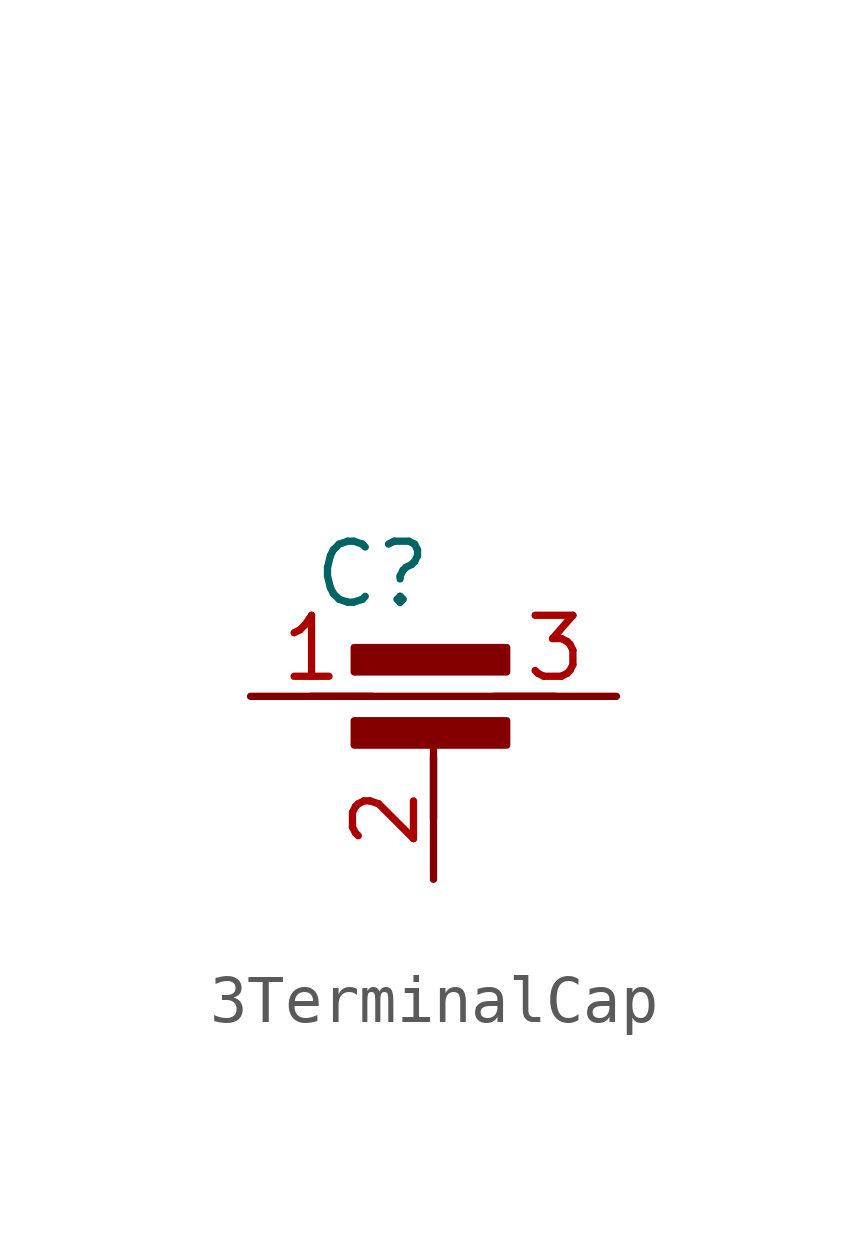
<source format=kicad_sym>
(kicad_symbol_lib
  (version 20220914)
  (generator kicad_symbol_editor)
  (symbol "3TerminalCap"
    (pin_names hide)
    (property "Reference" "C"
      (at -1.27 2.54 0)
      (effects (font (size 1.27 1.27))))
    (property "Value" ""
      (at 0 8.89 0)
      (effects (font (size 1.27 1.27))))
    (symbol "3TerminalCap_0_1"
      (rectangle (start -1.651 -0.508) (end 1.524 -1.016) (stroke (width 0) (type default)) (fill (type outline)))
      (polyline (pts (xy -2.54 0) (xy 2.54 0)) (stroke (width 0) (type default)) (fill (type none)))
      (polyline (pts (xy 0 -2.54) (xy 0 -0.762)) (stroke (width 0) (type default)) (fill (type none)))
      (rectangle (start 1.524 0.508) (end -1.651 1.016) (stroke (width 0) (type default)) (fill (type outline))))
    (symbol "3TerminalCap_1_1"
      (pin passive line (at -3.81 0 0) (length 2.54) (name "1" (effects (font (size 1.27 1.27)))) (number "1" (effects (font (size 1.27 1.27)))))
      (pin passive line (at 0 -3.81 90) (length 2.54) (name "2" (effects (font (size 1.27 1.27)))) (number "2" (effects (font (size 1.27 1.27)))))
      (pin passive line (at 3.81 0 180) (length 2.54) (name "3" (effects (font (size 1.27 1.27)))) (number "3" (effects (font (size 1.27 1.27))))))))
</source>
